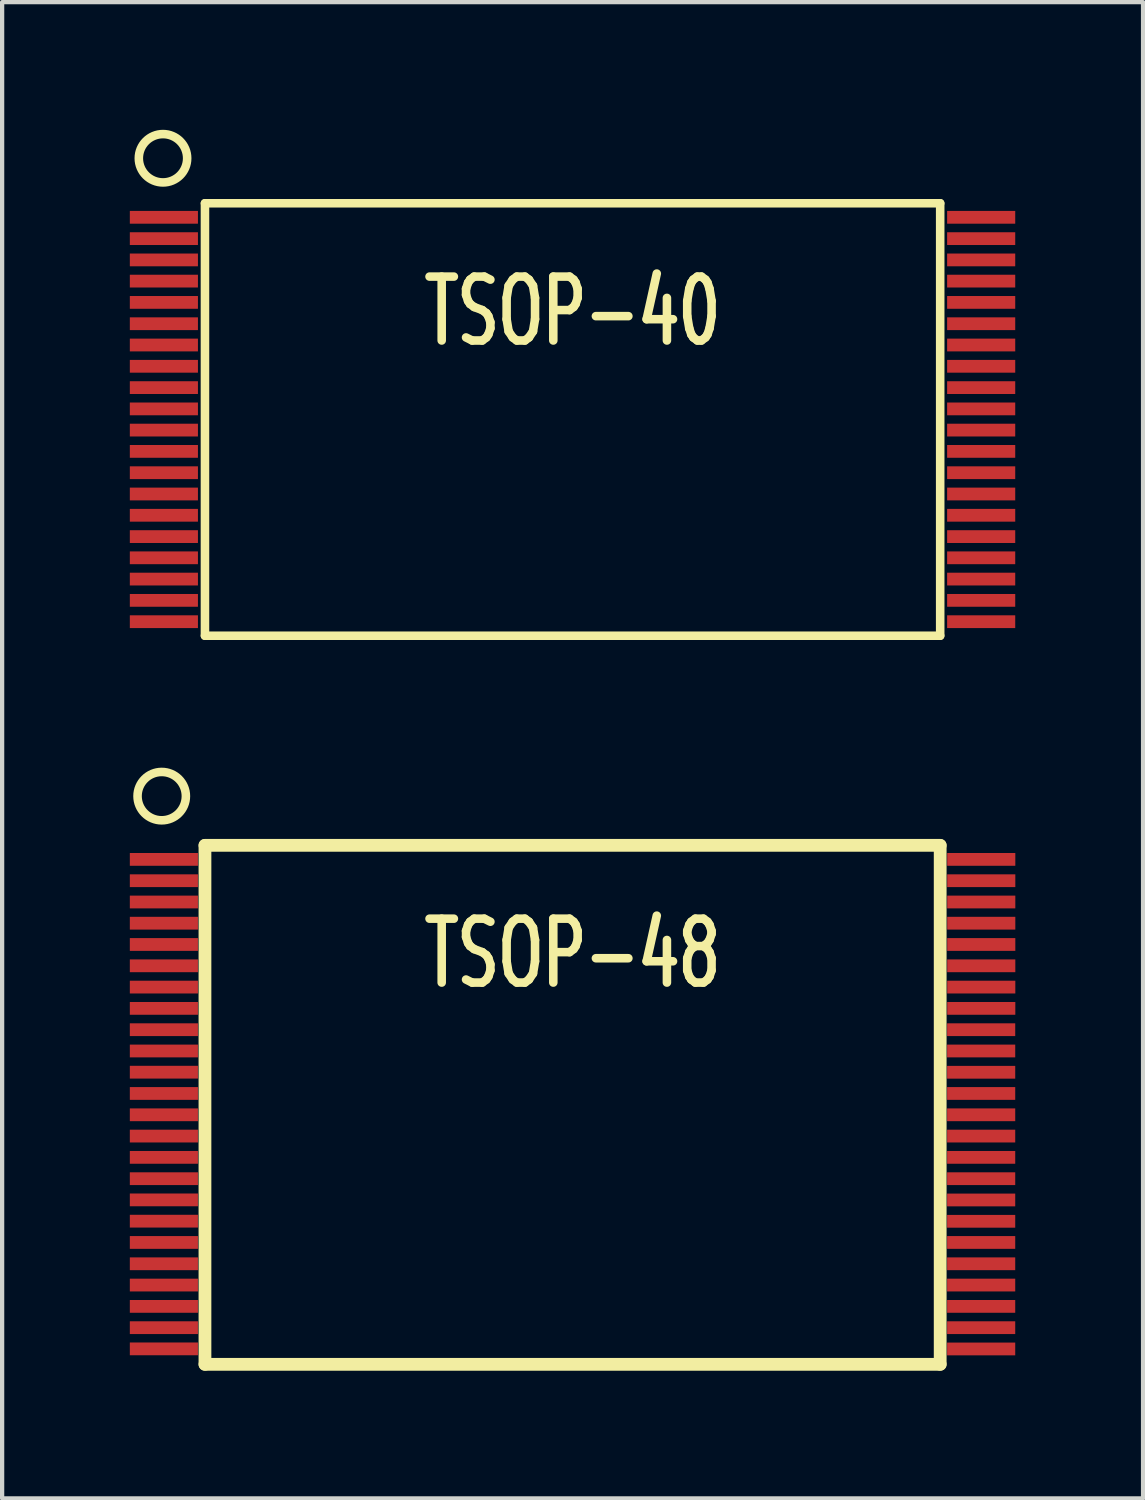
<source format=kicad_pcb>
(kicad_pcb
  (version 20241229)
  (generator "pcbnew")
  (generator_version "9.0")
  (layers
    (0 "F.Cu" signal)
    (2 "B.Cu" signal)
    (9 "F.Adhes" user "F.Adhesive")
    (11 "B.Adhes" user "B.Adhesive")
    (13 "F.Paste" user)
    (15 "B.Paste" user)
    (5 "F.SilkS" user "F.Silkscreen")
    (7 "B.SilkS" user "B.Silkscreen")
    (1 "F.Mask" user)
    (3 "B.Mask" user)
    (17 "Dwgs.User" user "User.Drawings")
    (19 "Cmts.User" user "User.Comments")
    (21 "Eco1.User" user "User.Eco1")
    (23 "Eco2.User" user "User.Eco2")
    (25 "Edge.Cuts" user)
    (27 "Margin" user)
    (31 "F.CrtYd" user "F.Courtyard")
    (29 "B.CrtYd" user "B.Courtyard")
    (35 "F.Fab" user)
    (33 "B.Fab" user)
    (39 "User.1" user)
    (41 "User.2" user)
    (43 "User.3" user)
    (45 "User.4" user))
  (footprint "TSOP-48"
    (layer "F.Cu")
    (at 10.401 21.889)
    (property "Reference" "TSOP-48" (at 0 -2.54 0) (layer "F.SilkS") (effects (font (size 1.501 1.001) (thickness 0.201))))
    (attr through_hole)
    (fp_line (start -8.636 -5.08) (end -8.636 7.112) (stroke (width 0.3) (type solid)) (layer "F.SilkS"))
    (fp_line (start -8.636 -5.08) (end 8.636 -5.08) (stroke (width 0.3) (type solid)) (layer "F.SilkS"))
    (fp_line (start 8.636 -5.08) (end 8.636 7.112) (stroke (width 0.3) (type solid)) (layer "F.SilkS"))
    (fp_line (start 8.636 7.112) (end -8.636 7.112) (stroke (width 0.3) (type solid)) (layer "F.SilkS"))
    (fp_circle (center -9.652 -6.236) (end -9.398 -5.728) (stroke (width 0.201) (type solid)) (fill no) (layer "F.SilkS"))
    (pad "1" smd rect (at -9.601 -4.75) (size 1.6 0.3) (layers "F.Cu" "F.Mask" "F.Paste"))
    (pad "2" smd rect (at -9.601 -4.249) (size 1.6 0.3) (layers "F.Cu" "F.Mask" "F.Paste"))
    (pad "3" smd rect (at -9.601 -3.749) (size 1.6 0.3) (layers "F.Cu" "F.Mask" "F.Paste"))
    (pad "4" smd rect (at -9.601 -3.251) (size 1.6 0.3) (layers "F.Cu" "F.Mask" "F.Paste"))
    (pad "5" smd rect (at -9.601 -2.751) (size 1.6 0.3) (layers "F.Cu" "F.Mask" "F.Paste"))
    (pad "6" smd rect (at -9.601 -2.25) (size 1.6 0.3) (layers "F.Cu" "F.Mask" "F.Paste"))
    (pad "7" smd rect (at -9.601 -1.75) (size 1.6 0.3) (layers "F.Cu" "F.Mask" "F.Paste"))
    (pad "8" smd rect (at -9.601 -1.25) (size 1.6 0.3) (layers "F.Cu" "F.Mask" "F.Paste"))
    (pad "9" smd rect (at -9.601 -0.749) (size 1.6 0.3) (layers "F.Cu" "F.Mask" "F.Paste"))
    (pad "10" smd rect (at -9.601 -0.249) (size 1.6 0.3) (layers "F.Cu" "F.Mask" "F.Paste"))
    (pad "11" smd rect (at -9.601 0.249) (size 1.6 0.3) (layers "F.Cu" "F.Mask" "F.Paste"))
    (pad "12" smd rect (at -9.601 0.749) (size 1.6 0.3) (layers "F.Cu" "F.Mask" "F.Paste"))
    (pad "13" smd rect (at -9.601 1.25) (size 1.6 0.3) (layers "F.Cu" "F.Mask" "F.Paste"))
    (pad "14" smd rect (at -9.601 1.75) (size 1.6 0.3) (layers "F.Cu" "F.Mask" "F.Paste"))
    (pad "15" smd rect (at -9.601 2.25) (size 1.6 0.3) (layers "F.Cu" "F.Mask" "F.Paste"))
    (pad "16" smd rect (at -9.601 2.751) (size 1.6 0.3) (layers "F.Cu" "F.Mask" "F.Paste"))
    (pad "17" smd rect (at -9.601 3.249) (size 1.6 0.3) (layers "F.Cu" "F.Mask" "F.Paste"))
    (pad "18" smd rect (at -9.601 3.749) (size 1.6 0.3) (layers "F.Cu" "F.Mask" "F.Paste"))
    (pad "19" smd rect (at -9.601 4.249) (size 1.6 0.3) (layers "F.Cu" "F.Mask" "F.Paste"))
    (pad "20" smd rect (at -9.601 4.75) (size 1.6 0.3) (layers "F.Cu" "F.Mask" "F.Paste"))
    (pad "21" smd rect (at -9.601 5.25) (size 1.6 0.3) (layers "F.Cu" "F.Mask" "F.Paste"))
    (pad "22" smd rect (at -9.601 5.751) (size 1.6 0.3) (layers "F.Cu" "F.Mask" "F.Paste"))
    (pad "23" smd rect (at -9.601 6.251) (size 1.6 0.3) (layers "F.Cu" "F.Mask" "F.Paste"))
    (pad "24" smd rect (at -9.601 6.749) (size 1.6 0.3) (layers "F.Cu" "F.Mask" "F.Paste"))
    (pad "25" smd rect (at 9.599 6.751) (size 1.6 0.3) (layers "F.Cu" "F.Mask" "F.Paste"))
    (pad "26" smd rect (at 9.599 6.251) (size 1.6 0.3) (layers "F.Cu" "F.Mask" "F.Paste"))
    (pad "27" smd rect (at 9.599 5.751) (size 1.6 0.3) (layers "F.Cu" "F.Mask" "F.Paste"))
    (pad "28" smd rect (at 9.599 5.25) (size 1.6 0.3) (layers "F.Cu" "F.Mask" "F.Paste"))
    (pad "29" smd rect (at 9.599 4.75) (size 1.6 0.3) (layers "F.Cu" "F.Mask" "F.Paste"))
    (pad "30" smd rect (at 9.599 4.249) (size 1.6 0.3) (layers "F.Cu" "F.Mask" "F.Paste"))
    (pad "31" smd rect (at 9.599 3.752) (size 1.6 0.3) (layers "F.Cu" "F.Mask" "F.Paste"))
    (pad "32" smd rect (at 9.599 3.251) (size 1.6 0.3) (layers "F.Cu" "F.Mask" "F.Paste"))
    (pad "33" smd rect (at 9.599 2.751) (size 1.6 0.3) (layers "F.Cu" "F.Mask" "F.Paste"))
    (pad "34" smd rect (at 9.599 2.25) (size 1.6 0.3) (layers "F.Cu" "F.Mask" "F.Paste"))
    (pad "35" smd rect (at 9.599 1.75) (size 1.6 0.3) (layers "F.Cu" "F.Mask" "F.Paste"))
    (pad "36" smd rect (at 9.599 1.25) (size 1.6 0.3) (layers "F.Cu" "F.Mask" "F.Paste"))
    (pad "37" smd rect (at 9.599 0.749) (size 1.6 0.3) (layers "F.Cu" "F.Mask" "F.Paste"))
    (pad "38" smd rect (at 9.599 0.251) (size 1.6 0.3) (layers "F.Cu" "F.Mask" "F.Paste"))
    (pad "39" smd rect (at 9.599 -0.249) (size 1.6 0.3) (layers "F.Cu" "F.Mask" "F.Paste"))
    (pad "40" smd rect (at 9.599 -0.749) (size 1.6 0.3) (layers "F.Cu" "F.Mask" "F.Paste"))
    (pad "41" smd rect (at 9.601 -1.25) (size 1.6 0.3) (layers "F.Cu" "F.Mask" "F.Paste"))
    (pad "42" smd rect (at 9.601 -1.75) (size 1.6 0.3) (layers "F.Cu" "F.Mask" "F.Paste"))
    (pad "43" smd rect (at 9.601 -2.25) (size 1.6 0.3) (layers "F.Cu" "F.Mask" "F.Paste"))
    (pad "44" smd rect (at 9.601 -2.751) (size 1.6 0.3) (layers "F.Cu" "F.Mask" "F.Paste"))
    (pad "45" smd rect (at 9.601 -3.251) (size 1.6 0.3) (layers "F.Cu" "F.Mask" "F.Paste"))
    (pad "46" smd rect (at 9.601 -3.749) (size 1.6 0.3) (layers "F.Cu" "F.Mask" "F.Paste"))
    (pad "47" smd rect (at 9.601 -4.249) (size 1.6 0.3) (layers "F.Cu" "F.Mask" "F.Paste"))
    (pad "48" smd rect (at 9.601 -4.75) (size 1.6 0.3) (layers "F.Cu" "F.Mask" "F.Paste")))
  (footprint "TSOP-40"
    (layer "F.Cu")
    (at 10.401 6.805)
    (property "Reference" "TSOP-40" (at 0 -2.54 0) (layer "F.SilkS") (effects (font (size 1.501 1.001) (thickness 0.201))))
    (attr through_hole)
    (fp_line (start -8.636 -5.08) (end -8.636 5.08) (stroke (width 0.201) (type solid)) (layer "F.SilkS"))
    (fp_line (start -8.636 5.08) (end 8.636 5.08) (stroke (width 0.201) (type solid)) (layer "F.SilkS"))
    (fp_line (start 8.636 -5.08) (end -8.636 -5.08) (stroke (width 0.201) (type solid)) (layer "F.SilkS"))
    (fp_line (start 8.636 5.08) (end 8.636 -5.08) (stroke (width 0.201) (type solid)) (layer "F.SilkS"))
    (fp_circle (center -9.622 -6.137) (end -9.368 -5.629) (stroke (width 0.201) (type solid)) (fill no) (layer "F.SilkS"))
    (pad "1" smd rect (at -9.601 -4.75) (size 1.6 0.3) (layers "F.Cu" "F.Mask" "F.Paste"))
    (pad "2" smd rect (at -9.601 -4.249) (size 1.6 0.3) (layers "F.Cu" "F.Mask" "F.Paste"))
    (pad "3" smd rect (at -9.601 -3.749) (size 1.6 0.3) (layers "F.Cu" "F.Mask" "F.Paste"))
    (pad "4" smd rect (at -9.601 -3.251) (size 1.6 0.3) (layers "F.Cu" "F.Mask" "F.Paste"))
    (pad "5" smd rect (at -9.601 -2.751) (size 1.6 0.3) (layers "F.Cu" "F.Mask" "F.Paste"))
    (pad "6" smd rect (at -9.601 -2.25) (size 1.6 0.3) (layers "F.Cu" "F.Mask" "F.Paste"))
    (pad "7" smd rect (at -9.601 -1.75) (size 1.6 0.3) (layers "F.Cu" "F.Mask" "F.Paste"))
    (pad "8" smd rect (at -9.601 -1.25) (size 1.6 0.3) (layers "F.Cu" "F.Mask" "F.Paste"))
    (pad "9" smd rect (at -9.601 -0.749) (size 1.6 0.3) (layers "F.Cu" "F.Mask" "F.Paste"))
    (pad "10" smd rect (at -9.601 -0.249) (size 1.6 0.3) (layers "F.Cu" "F.Mask" "F.Paste"))
    (pad "11" smd rect (at -9.601 0.249) (size 1.6 0.3) (layers "F.Cu" "F.Mask" "F.Paste"))
    (pad "12" smd rect (at -9.601 0.749) (size 1.6 0.3) (layers "F.Cu" "F.Mask" "F.Paste"))
    (pad "13" smd rect (at -9.601 1.25) (size 1.6 0.3) (layers "F.Cu" "F.Mask" "F.Paste"))
    (pad "14" smd rect (at -9.601 1.75) (size 1.6 0.3) (layers "F.Cu" "F.Mask" "F.Paste"))
    (pad "15" smd rect (at -9.601 2.25) (size 1.6 0.3) (layers "F.Cu" "F.Mask" "F.Paste"))
    (pad "16" smd rect (at -9.601 2.751) (size 1.6 0.3) (layers "F.Cu" "F.Mask" "F.Paste"))
    (pad "17" smd rect (at -9.601 3.249) (size 1.6 0.3) (layers "F.Cu" "F.Mask" "F.Paste"))
    (pad "18" smd rect (at -9.601 3.749) (size 1.6 0.3) (layers "F.Cu" "F.Mask" "F.Paste"))
    (pad "19" smd rect (at -9.601 4.249) (size 1.6 0.3) (layers "F.Cu" "F.Mask" "F.Paste"))
    (pad "20" smd rect (at -9.601 4.75) (size 1.6 0.3) (layers "F.Cu" "F.Mask" "F.Paste"))
    (pad "21" smd rect (at 9.599 4.75) (size 1.6 0.3) (layers "F.Cu" "F.Mask" "F.Paste"))
    (pad "22" smd rect (at 9.599 4.249) (size 1.6 0.3) (layers "F.Cu" "F.Mask" "F.Paste"))
    (pad "23" smd rect (at 9.599 3.749) (size 1.6 0.3) (layers "F.Cu" "F.Mask" "F.Paste"))
    (pad "24" smd rect (at 9.599 3.249) (size 1.6 0.3) (layers "F.Cu" "F.Mask" "F.Paste"))
    (pad "25" smd rect (at 9.599 2.751) (size 1.6 0.3) (layers "F.Cu" "F.Mask" "F.Paste"))
    (pad "26" smd rect (at 9.599 2.25) (size 1.6 0.3) (layers "F.Cu" "F.Mask" "F.Paste"))
    (pad "27" smd rect (at 9.599 1.75) (size 1.6 0.3) (layers "F.Cu" "F.Mask" "F.Paste"))
    (pad "28" smd rect (at 9.599 1.25) (size 1.6 0.3) (layers "F.Cu" "F.Mask" "F.Paste"))
    (pad "29" smd rect (at 9.599 0.749) (size 1.6 0.3) (layers "F.Cu" "F.Mask" "F.Paste"))
    (pad "30" smd rect (at 9.599 0.249) (size 1.6 0.3) (layers "F.Cu" "F.Mask" "F.Paste"))
    (pad "31" smd rect (at 9.599 -0.249) (size 1.6 0.3) (layers "F.Cu" "F.Mask" "F.Paste"))
    (pad "32" smd rect (at 9.599 -0.749) (size 1.6 0.3) (layers "F.Cu" "F.Mask" "F.Paste"))
    (pad "33" smd rect (at 9.599 -1.25) (size 1.6 0.3) (layers "F.Cu" "F.Mask" "F.Paste"))
    (pad "34" smd rect (at 9.599 -1.75) (size 1.6 0.3) (layers "F.Cu" "F.Mask" "F.Paste"))
    (pad "35" smd rect (at 9.599 -2.25) (size 1.6 0.3) (layers "F.Cu" "F.Mask" "F.Paste"))
    (pad "36" smd rect (at 9.599 -2.751) (size 1.6 0.3) (layers "F.Cu" "F.Mask" "F.Paste"))
    (pad "37" smd rect (at 9.599 -3.251) (size 1.6 0.3) (layers "F.Cu" "F.Mask" "F.Paste"))
    (pad "38" smd rect (at 9.599 -3.749) (size 1.6 0.3) (layers "F.Cu" "F.Mask" "F.Paste"))
    (pad "39" smd rect (at 9.599 -4.249) (size 1.6 0.3) (layers "F.Cu" "F.Mask" "F.Paste"))
    (pad "40" smd rect (at 9.599 -4.75) (size 1.6 0.3) (layers "F.Cu" "F.Mask" "F.Paste")))
  (gr_rect
    (start -3 -3)
    (end 23.803 32.151)
    (stroke (width 0.1) (type default))
    (fill no)
    (layer "Edge.Cuts")))
</source>
